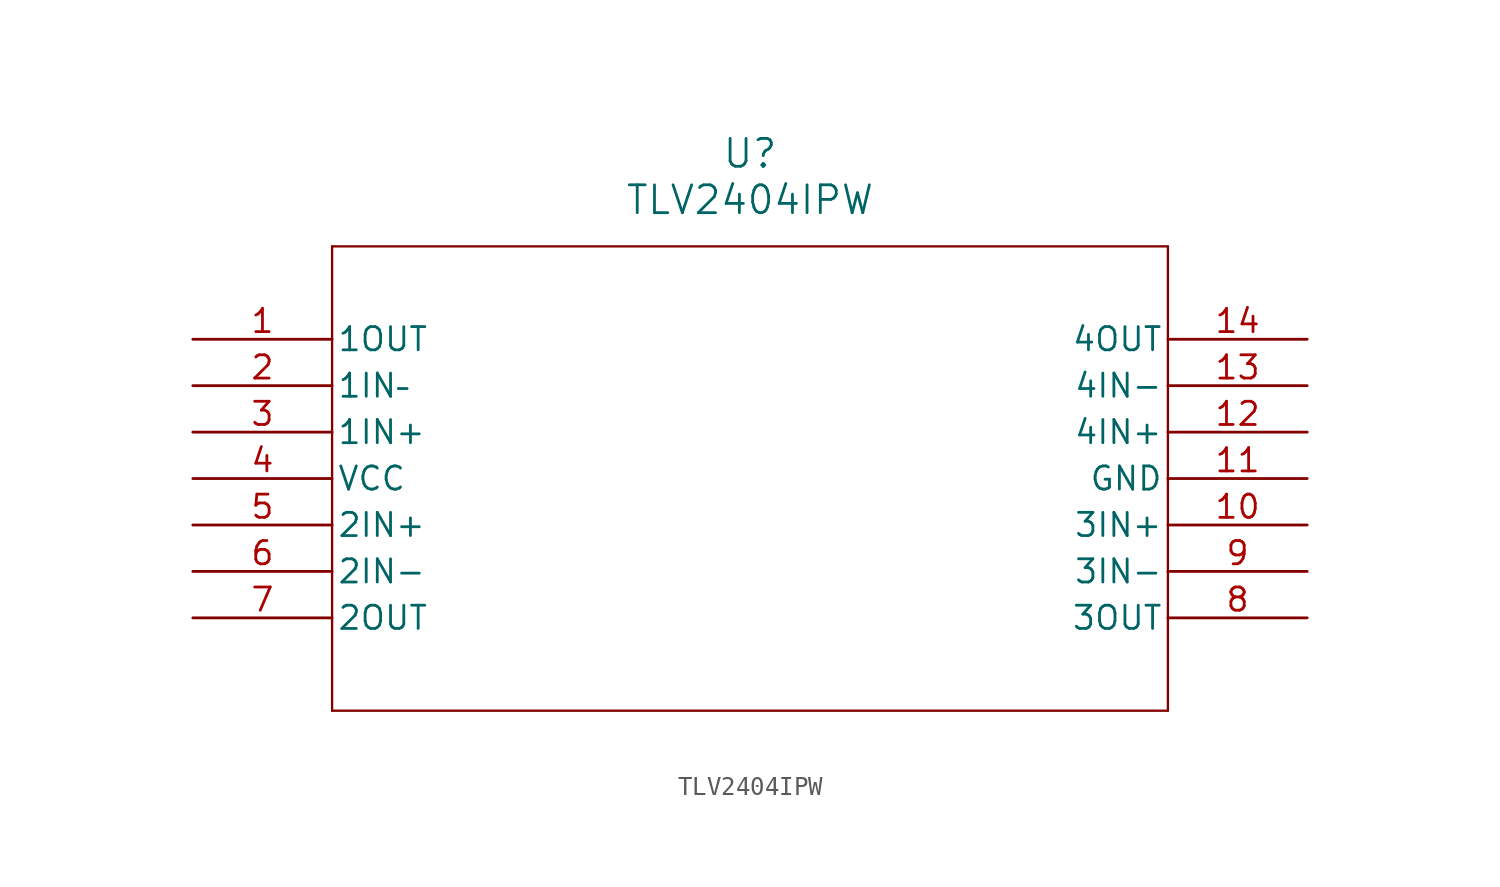
<source format=kicad_sym>
(kicad_symbol_lib
  (version 20211014)
  (generator kicad_symbol_editor)
  (symbol "TLV2404IPW"
    (pin_names
      (offset 0.254))
    (property "Reference" "U"
      (at 30.48 10.16 0)
      (effects (font (size 1.524 1.524))))
    (property "Value" "TLV2404IPW"
      (at 30.48 7.62 0)
      (effects (font (size 1.524 1.524))))
    (symbol "TLV2404IPW_0_1"
      (polyline (pts (xy 7.62 5.08) (xy 7.62 -20.32)) (stroke (width 0.127) (type default) (color 0 0 0 0)) (fill (type none)))
      (polyline (pts (xy 7.62 -20.32) (xy 53.34 -20.32)) (stroke (width 0.127) (type default) (color 0 0 0 0)) (fill (type none)))
      (polyline (pts (xy 53.34 -20.32) (xy 53.34 5.08)) (stroke (width 0.127) (type default) (color 0 0 0 0)) (fill (type none)))
      (polyline (pts (xy 53.34 5.08) (xy 7.62 5.08)) (stroke (width 0.127) (type default) (color 0 0 0 0)) (fill (type none)))
      (pin output line (at 0 0 0) (length 7.62) (name "1OUT" (effects (font (size 1.27 1.27)))) (number "1" (effects (font (size 1.27 1.27)))))
      (pin input line (at 0 -2.54 0) (length 7.62) (name "1IN–" (effects (font (size 1.27 1.27)))) (number "2" (effects (font (size 1.27 1.27)))))
      (pin input line (at 0 -5.08 0) (length 7.62) (name "1IN+" (effects (font (size 1.27 1.27)))) (number "3" (effects (font (size 1.27 1.27)))))
      (pin power_in line (at 0 -7.62 0) (length 7.62) (name "VCC" (effects (font (size 1.27 1.27)))) (number "4" (effects (font (size 1.27 1.27)))))
      (pin input line (at 0 -10.16 0) (length 7.62) (name "2IN+" (effects (font (size 1.27 1.27)))) (number "5" (effects (font (size 1.27 1.27)))))
      (pin input line (at 0 -12.7 0) (length 7.62) (name "2IN-" (effects (font (size 1.27 1.27)))) (number "6" (effects (font (size 1.27 1.27)))))
      (pin output line (at 0 -15.24 0) (length 7.62) (name "2OUT" (effects (font (size 1.27 1.27)))) (number "7" (effects (font (size 1.27 1.27)))))
      (pin output line (at 60.96 -15.24 180) (length 7.62) (name "3OUT" (effects (font (size 1.27 1.27)))) (number "8" (effects (font (size 1.27 1.27)))))
      (pin input line (at 60.96 -12.7 180) (length 7.62) (name "3IN-" (effects (font (size 1.27 1.27)))) (number "9" (effects (font (size 1.27 1.27)))))
      (pin input line (at 60.96 -10.16 180) (length 7.62) (name "3IN+" (effects (font (size 1.27 1.27)))) (number "10" (effects (font (size 1.27 1.27)))))
      (pin power_in line (at 60.96 -7.62 180) (length 7.62) (name "GND" (effects (font (size 1.27 1.27)))) (number "11" (effects (font (size 1.27 1.27)))))
      (pin input line (at 60.96 -5.08 180) (length 7.62) (name "4IN+" (effects (font (size 1.27 1.27)))) (number "12" (effects (font (size 1.27 1.27)))))
      (pin input line (at 60.96 -2.54 180) (length 7.62) (name "4IN-" (effects (font (size 1.27 1.27)))) (number "13" (effects (font (size 1.27 1.27)))))
      (pin output line (at 60.96 0 180) (length 7.62) (name "4OUT" (effects (font (size 1.27 1.27)))) (number "14" (effects (font (size 1.27 1.27))))))))
</source>
